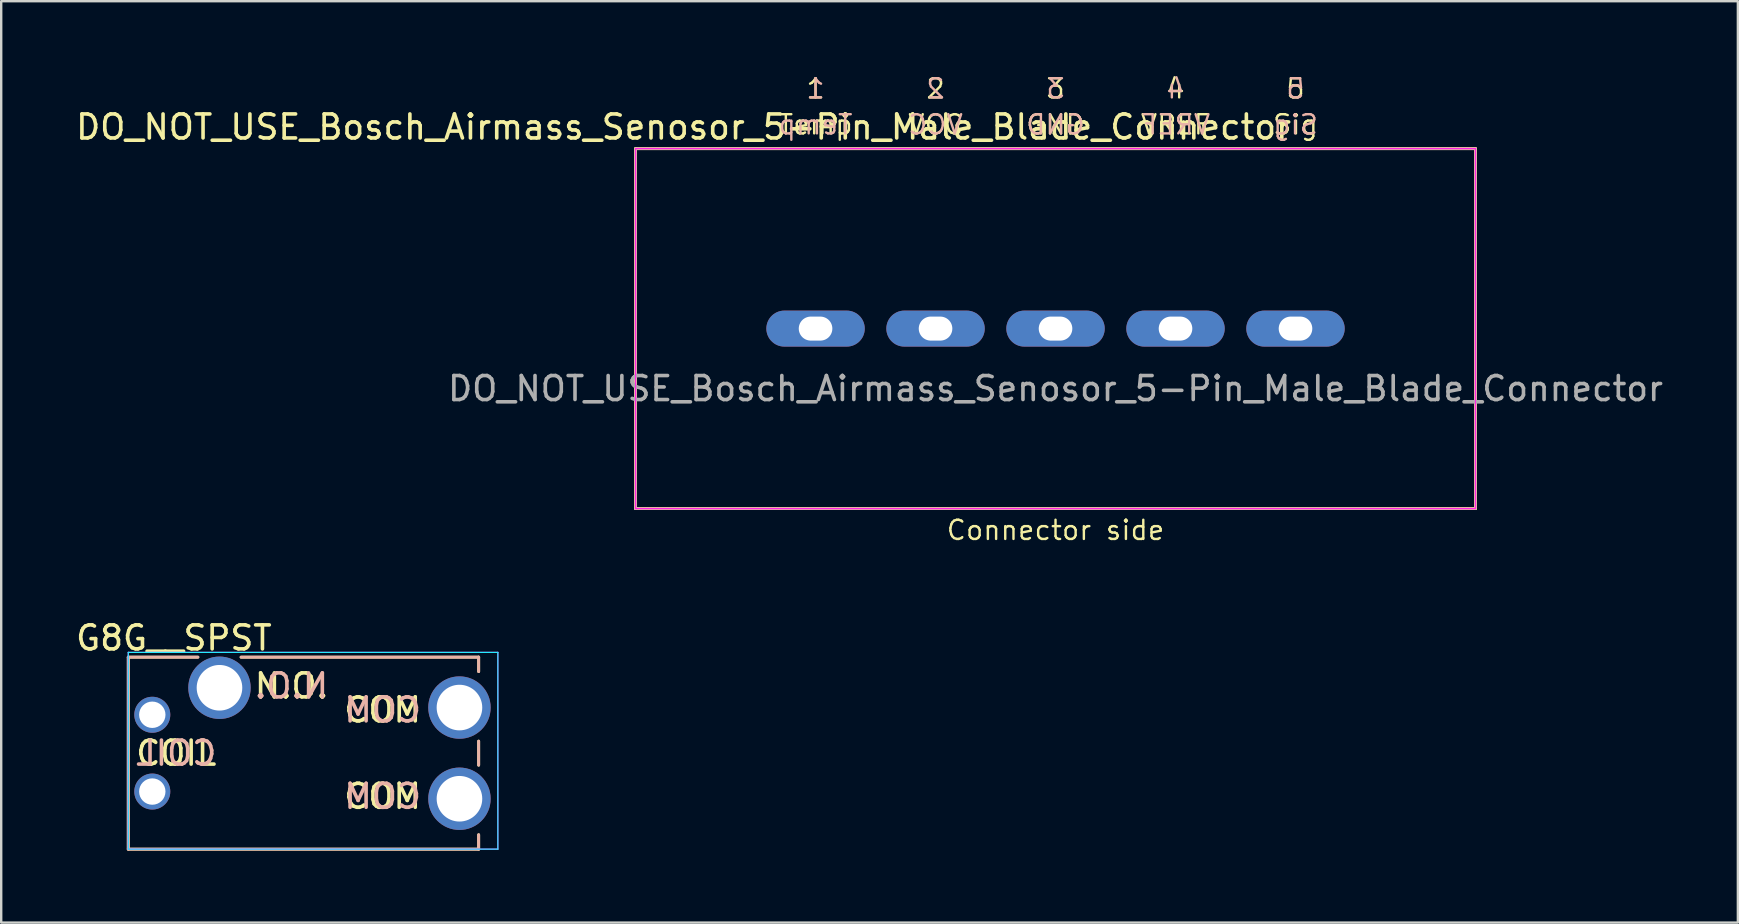
<source format=kicad_pcb>
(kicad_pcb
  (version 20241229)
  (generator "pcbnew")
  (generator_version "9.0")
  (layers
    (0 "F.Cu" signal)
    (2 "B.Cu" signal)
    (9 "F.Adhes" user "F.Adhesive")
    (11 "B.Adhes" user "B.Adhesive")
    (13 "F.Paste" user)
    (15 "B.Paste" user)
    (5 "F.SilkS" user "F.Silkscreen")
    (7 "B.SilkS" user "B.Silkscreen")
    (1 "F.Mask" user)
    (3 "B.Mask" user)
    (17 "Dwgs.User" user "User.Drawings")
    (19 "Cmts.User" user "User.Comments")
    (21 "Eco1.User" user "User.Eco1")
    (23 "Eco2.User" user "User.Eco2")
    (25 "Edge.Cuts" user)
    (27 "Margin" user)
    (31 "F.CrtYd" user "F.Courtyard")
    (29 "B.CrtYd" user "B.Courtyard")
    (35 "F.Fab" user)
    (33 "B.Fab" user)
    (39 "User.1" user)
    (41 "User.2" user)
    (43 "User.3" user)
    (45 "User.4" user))
  (footprint "G8G__SPST"
    (layer "F.Cu")
    (at 3.296 28.335)
    (property "Reference" "G8G__SPST" (at 0.9 -4.8 0) (unlocked yes) (layer "F.SilkS") (effects (font (size 1 1) (thickness 0.15))))
    (attr through_hole)
    (fp_line (start -1 -4) (end -1 4) (stroke (width 0.12) (type solid)) (layer "F.SilkS"))
    (fp_line (start -1 4) (end 13.6 4) (stroke (width 0.12) (type solid)) (layer "F.SilkS"))
    (fp_line (start 1.9 -4) (end -1 -4) (stroke (width 0.12) (type solid)) (layer "F.SilkS"))
    (fp_line (start 13.6 -4) (end 3.7 -4) (stroke (width 0.12) (type solid)) (layer "F.SilkS"))
    (fp_line (start 13.6 -3.4) (end 13.6 -4) (stroke (width 0.12) (type solid)) (layer "F.SilkS"))
    (fp_line (start 13.6 0.5) (end 13.6 -0.5) (stroke (width 0.12) (type solid)) (layer "F.SilkS"))
    (fp_line (start 13.6 4) (end 13.6 3.4) (stroke (width 0.12) (type solid)) (layer "F.SilkS"))
    (fp_line (start -1 -4) (end -1 4) (stroke (width 0.12) (type solid)) (layer "B.SilkS"))
    (fp_line (start -1 4) (end 13.6 4) (stroke (width 0.12) (type solid)) (layer "B.SilkS"))
    (fp_line (start 1.9 -4) (end -1 -4) (stroke (width 0.12) (type solid)) (layer "B.SilkS"))
    (fp_line (start 13.6 -4) (end 3.7 -4) (stroke (width 0.12) (type solid)) (layer "B.SilkS"))
    (fp_line (start 13.6 -3.4) (end 13.6 -4) (stroke (width 0.12) (type solid)) (layer "B.SilkS"))
    (fp_line (start 13.6 0.5) (end 13.6 -0.5) (stroke (width 0.12) (type solid)) (layer "B.SilkS"))
    (fp_line (start 13.6 4) (end 13.6 3.4) (stroke (width 0.12) (type solid)) (layer "B.SilkS"))
    (fp_line (start -1 -4.2) (end -1 4) (stroke (width 0.05) (type solid)) (layer "B.CrtYd"))
    (fp_line (start -1 4) (end 14.4 4) (stroke (width 0.05) (type solid)) (layer "B.CrtYd"))
    (fp_line (start 14.4 -4.2) (end -1 -4.2) (stroke (width 0.05) (type solid)) (layer "B.CrtYd"))
    (fp_line (start 14.4 4) (end 14.4 -4.2) (stroke (width 0.05) (type solid)) (layer "B.CrtYd"))
    (fp_line (start -1 -4.2) (end 14.4 -4.2) (stroke (width 0.05) (type solid)) (layer "F.CrtYd"))
    (fp_line (start -1 4) (end -1 -4.2) (stroke (width 0.05) (type solid)) (layer "F.CrtYd"))
    (fp_line (start 14.4 -4.2) (end 14.4 4) (stroke (width 0.05) (type solid)) (layer "F.CrtYd"))
    (fp_line (start 14.4 4) (end -1 4) (stroke (width 0.05) (type solid)) (layer "F.CrtYd"))
    (fp_text user "COM" (at 9.6 -1.8 0) (unlocked yes) (layer "F.SilkS") (effects (font (size 1 1) (thickness 0.15))))
    (fp_text user "COM" (at 9.6 1.8 0) (unlocked yes) (layer "F.SilkS") (effects (font (size 1 1) (thickness 0.15))))
    (fp_text user "COIL" (at 1 0 0) (unlocked yes) (layer "F.SilkS") (effects (font (size 1 1) (thickness 0.15))))
    (fp_text user "N.O." (at 5.8 -2.8 0) (unlocked yes) (layer "F.SilkS") (effects (font (size 1 1) (thickness 0.15))))
    (fp_text user "N.O." (at 5.8 -2.8 0) (unlocked yes) (layer "B.SilkS") (effects (font (size 1 1) (thickness 0.15)) (justify mirror)))
    (fp_text user "COM" (at 9.6 -1.8 0) (unlocked yes) (layer "B.SilkS") (effects (font (size 1 1) (thickness 0.15)) (justify mirror)))
    (fp_text user "COIL" (at 1 0 0) (unlocked yes) (layer "B.SilkS") (effects (font (size 1 1) (thickness 0.15)) (justify mirror)))
    (fp_text user "COM" (at 9.6 1.8 0) (unlocked yes) (layer "B.SilkS") (effects (font (size 1 1) (thickness 0.15)) (justify mirror)))
    (pad "1" thru_hole circle (at 0 -1.6) (size 1.5 1.5) (drill 1.1) (layers "*.Cu" "*.Mask"))
    (pad "2" thru_hole circle (at 0 1.6) (size 1.5 1.5) (drill 1.1) (layers "*.Cu" "*.Mask"))
    (pad "4" thru_hole circle (at 12.8 1.9) (size 2.6 2.6) (drill 1.9) (layers "*.Cu" "*.Mask"))
    (pad "5" thru_hole circle (at 12.8 -1.9) (size 2.6 2.6) (drill 1.9) (layers "*.Cu" "*.Mask"))
    (pad "6" thru_hole circle (at 2.8 -2.725) (size 2.6 2.6) (drill 1.9) (layers "*.Cu" "*.Mask")))
  (footprint "DO_NOT_USE_Bosch_Airmass_Senosor_5-Pin_Male_Blade_Connector"
    (layer "F.Cu")
    (at 40.935 10.643)
    (property "Reference" "DO_NOT_USE_Bosch_Airmass_Senosor_5-Pin_Male_Blade_Connector" (at -15.5 -8.4 0) (unlocked yes) (layer "F.SilkS") (effects (font (size 1 1) (thickness 0.15))))
    (attr through_hole)
    (fp_line (start -17.5 -7.5) (end 17.5 -7.5) (stroke (width 0.12) (type solid)) (layer "F.SilkS"))
    (fp_line (start -17.5 7.5) (end -17.5 -7.5) (stroke (width 0.12) (type solid)) (layer "F.SilkS"))
    (fp_line (start 17.5 -7.5) (end 17.5 7.5) (stroke (width 0.12) (type solid)) (layer "F.SilkS"))
    (fp_line (start 17.5 7.5) (end -17.5 7.5) (stroke (width 0.12) (type solid)) (layer "F.SilkS"))
    (fp_line (start -17.5 -7.5) (end -17.5 7.5) (stroke (width 0.12) (type solid)) (layer "B.SilkS"))
    (fp_line (start -17.5 7.5) (end 17.5 7.5) (stroke (width 0.12) (type solid)) (layer "B.SilkS"))
    (fp_line (start 17.5 -7.5) (end -17.5 -7.5) (stroke (width 0.12) (type solid)) (layer "B.SilkS"))
    (fp_line (start 17.5 7.5) (end 17.5 -7.5) (stroke (width 0.12) (type solid)) (layer "B.SilkS"))
    (fp_line (start -17.5 -7.5) (end 17.5 -7.5) (stroke (width 0.05) (type solid)) (layer "F.CrtYd"))
    (fp_line (start -17.5 7.5) (end -17.5 -7.5) (stroke (width 0.05) (type solid)) (layer "F.CrtYd"))
    (fp_line (start 17.5 -7.5) (end 17.5 7.5) (stroke (width 0.05) (type solid)) (layer "F.CrtYd"))
    (fp_line (start 17.5 7.5) (end -17.5 7.5) (stroke (width 0.05) (type solid)) (layer "F.CrtYd"))
    (fp_text user "Connector side" (at 0 8.4 0) (unlocked yes) (layer "F.SilkS") (effects (font (size 0.8 0.8) (thickness 0.1))))
    (fp_text user "Temp" (at -10 -8.5 0) (unlocked yes) (layer "F.SilkS") (effects (font (size 0.8 0.8) (thickness 0.1))))
    (fp_text user "4" (at 5 -10 0) (unlocked yes) (layer "F.SilkS") (effects (font (size 0.8 0.8) (thickness 0.1))))
    (fp_text user "1" (at -10 -10 0) (unlocked yes) (layer "F.SilkS") (effects (font (size 0.8 0.8) (thickness 0.1))))
    (fp_text user "3" (at 0 -10 0) (unlocked yes) (layer "F.SilkS") (effects (font (size 0.8 0.8) (thickness 0.1))))
    (fp_text user "5" (at 10 -10 0) (unlocked yes) (layer "F.SilkS") (effects (font (size 0.8 0.8) (thickness 0.1))))
    (fp_text user "VCC" (at -5 -8.5 0) (unlocked yes) (layer "F.SilkS") (effects (font (size 0.8 0.8) (thickness 0.1))))
    (fp_text user "VREF" (at 5 -8.5 0) (unlocked yes) (layer "F.SilkS") (effects (font (size 0.8 0.8) (thickness 0.1))))
    (fp_text user "GND" (at 0 -8.5 0) (unlocked yes) (layer "F.SilkS") (effects (font (size 0.8 0.8) (thickness 0.1))))
    (fp_text user "Sig" (at 10 -8.5 0) (unlocked yes) (layer "F.SilkS") (effects (font (size 0.8 0.8) (thickness 0.1))))
    (fp_text user "2" (at -5 -10 0) (unlocked yes) (layer "F.SilkS") (effects (font (size 0.8 0.8) (thickness 0.1))))
    (fp_text user "5" (at 10 -10 0) (unlocked yes) (layer "B.SilkS") (effects (font (size 0.8 0.8) (thickness 0.1)) (justify mirror)))
    (fp_text user "2" (at -5 -10 0) (unlocked yes) (layer "B.SilkS") (effects (font (size 0.8 0.8) (thickness 0.1)) (justify mirror)))
    (fp_text user "3" (at 0 -10 0) (unlocked yes) (layer "B.SilkS") (effects (font (size 0.8 0.8) (thickness 0.1)) (justify mirror)))
    (fp_text user "VCC" (at -5 -8.5 0) (unlocked yes) (layer "B.SilkS") (effects (font (size 0.8 0.8) (thickness 0.1)) (justify mirror)))
    (fp_text user "4" (at 5 -10 0) (unlocked yes) (layer "B.SilkS") (effects (font (size 0.8 0.8) (thickness 0.1)) (justify mirror)))
    (fp_text user "Temp" (at -10 -8.5 0) (unlocked yes) (layer "B.SilkS") (effects (font (size 0.8 0.8) (thickness 0.1)) (justify mirror)))
    (fp_text user "GND" (at 0 -8.5 0) (unlocked yes) (layer "B.SilkS") (effects (font (size 0.8 0.8) (thickness 0.1)) (justify mirror)))
    (fp_text user "VREF" (at 5 -8.5 0) (unlocked yes) (layer "B.SilkS") (effects (font (size 0.8 0.8) (thickness 0.1)) (justify mirror)))
    (fp_text user "Sig" (at 10 -8.5 0) (unlocked yes) (layer "B.SilkS") (effects (font (size 0.8 0.8) (thickness 0.1)) (justify mirror)))
    (fp_text user "1" (at -10 -10 0) (unlocked yes) (layer "B.SilkS") (effects (font (size 0.8 0.8) (thickness 0.1)) (justify mirror)))
    (fp_text user "${REFERENCE}" (at 0 2.5 0) (unlocked yes) (layer "F.Fab") (effects (font (size 1 1) (thickness 0.15))))
    (pad "1" thru_hole oval (at -10 0) (size 4.1 1.5) (drill oval 1.4 1) (layers "*.Cu" "*.Mask"))
    (pad "2" thru_hole oval (at -5 0) (size 4.1 1.5) (drill oval 1.4 1) (layers "*.Cu" "*.Mask"))
    (pad "3" thru_hole oval (at 0 0) (size 4.1 1.5) (drill oval 1.4 1) (layers "*.Cu" "*.Mask"))
    (pad "4" thru_hole oval (at 5 0) (size 4.1 1.5) (drill oval 1.4 1) (layers "*.Cu" "*.Mask"))
    (pad "5" thru_hole oval (at 10 0) (size 4.1 1.5) (drill oval 1.4 1) (layers "*.Cu" "*.Mask")))
  (gr_rect
    (start -3 -3)
    (end 69.369 35.395)
    (stroke (width 0.1) (type default))
    (fill no)
    (layer "Edge.Cuts")))
</source>
